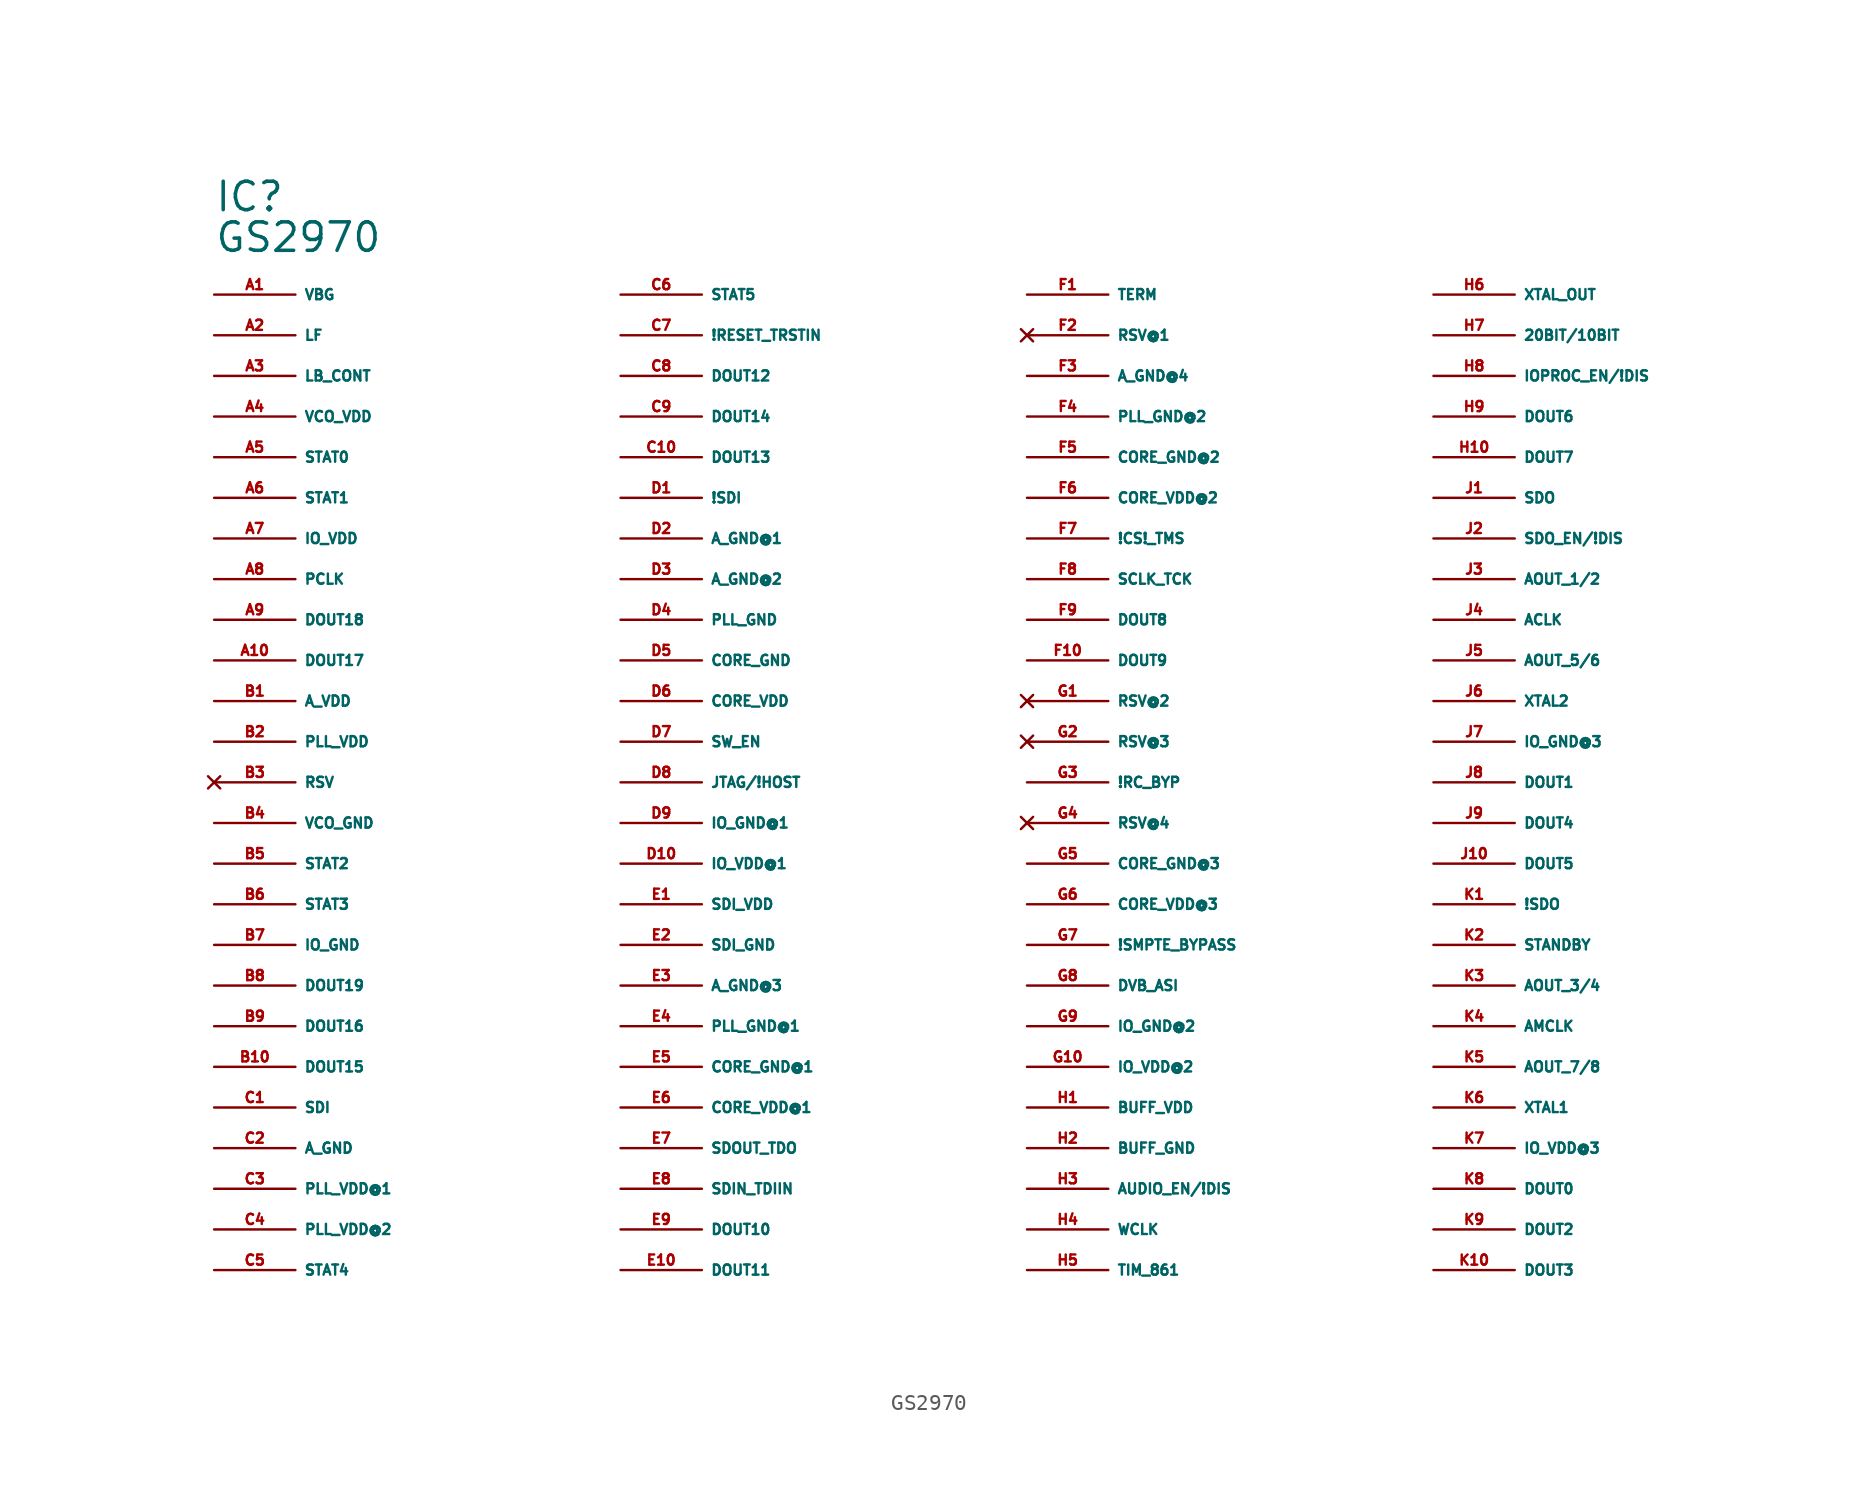
<source format=kicad_sym>
(kicad_symbol_lib
  (version 20220914)
  (generator Eagle2Kicad)
  (symbol "GS2970"
    (property "Reference" "IC"
      (at -55.88 35.56 0)
      (effects (font (size 1.778 1.778) (thickness 0.22)) (justify left bottom)))
    (property "Value" "GS2970"
      (at -55.88 33.02 0)
      (effects (font (size 1.778 1.778) (thickness 0.22)) (justify left bottom)))
    (pin input line
      (at -55.88 30.48 0)
      (length 5.08)
      (name "VBG" (effects (font (size 0.635 0.635) (thickness 0.08)) (justify left bottom)))
      (number "A1" (effects (font (size 0.635 0.635) (thickness 0.08)) (justify left bottom))))
    (pin input line
      (at -55.88 27.94 0)
      (length 5.08)
      (name "LF" (effects (font (size 0.635 0.635) (thickness 0.08)) (justify left bottom)))
      (number "A2" (effects (font (size 0.635 0.635) (thickness 0.08)) (justify left bottom))))
    (pin input line
      (at -55.88 25.4 0)
      (length 5.08)
      (name "LB_CONT" (effects (font (size 0.635 0.635) (thickness 0.08)) (justify left bottom)))
      (number "A3" (effects (font (size 0.635 0.635) (thickness 0.08)) (justify left bottom))))
    (pin unspecified line
      (at -55.88 22.86 0)
      (length 5.08)
      (name "VCO_VDD" (effects (font (size 0.635 0.635) (thickness 0.08)) (justify left bottom)))
      (number "A4" (effects (font (size 0.635 0.635) (thickness 0.08)) (justify left bottom))))
    (pin output line
      (at -55.88 20.32 0)
      (length 5.08)
      (name "STAT0" (effects (font (size 0.635 0.635) (thickness 0.08)) (justify left bottom)))
      (number "A5" (effects (font (size 0.635 0.635) (thickness 0.08)) (justify left bottom))))
    (pin output line
      (at -55.88 17.78 0)
      (length 5.08)
      (name "STAT1" (effects (font (size 0.635 0.635) (thickness 0.08)) (justify left bottom)))
      (number "A6" (effects (font (size 0.635 0.635) (thickness 0.08)) (justify left bottom))))
    (pin unspecified line
      (at -55.88 15.24 0)
      (length 5.08)
      (name "IO_VDD" (effects (font (size 0.635 0.635) (thickness 0.08)) (justify left bottom)))
      (number "A7" (effects (font (size 0.635 0.635) (thickness 0.08)) (justify left bottom))))
    (pin output line
      (at -55.88 12.7 0)
      (length 5.08)
      (name "PCLK" (effects (font (size 0.635 0.635) (thickness 0.08)) (justify left bottom)))
      (number "A8" (effects (font (size 0.635 0.635) (thickness 0.08)) (justify left bottom))))
    (pin output line
      (at -55.88 10.16 0)
      (length 5.08)
      (name "DOUT18" (effects (font (size 0.635 0.635) (thickness 0.08)) (justify left bottom)))
      (number "A9" (effects (font (size 0.635 0.635) (thickness 0.08)) (justify left bottom))))
    (pin output line
      (at -55.88 7.62 0)
      (length 5.08)
      (name "DOUT17" (effects (font (size 0.635 0.635) (thickness 0.08)) (justify left bottom)))
      (number "A10" (effects (font (size 0.635 0.635) (thickness 0.08)) (justify left bottom))))
    (pin unspecified line
      (at -55.88 5.08 0)
      (length 5.08)
      (name "A_VDD" (effects (font (size 0.635 0.635) (thickness 0.08)) (justify left bottom)))
      (number "B1" (effects (font (size 0.635 0.635) (thickness 0.08)) (justify left bottom))))
    (pin unspecified line
      (at -55.88 2.54 0)
      (length 5.08)
      (name "PLL_VDD" (effects (font (size 0.635 0.635) (thickness 0.08)) (justify left bottom)))
      (number "B2" (effects (font (size 0.635 0.635) (thickness 0.08)) (justify left bottom))))
    (pin no_connect line
      (at -55.88 0 0)
      (length 5.08)
      (name "RSV" (effects (font (size 0.635 0.635) (thickness 0.08)) (justify left bottom) hide))
      (number "B3" (effects (font (size 0.635 0.635) (thickness 0.08)) (justify left bottom) hide)))
    (pin unspecified line
      (at -55.88 -2.54 0)
      (length 5.08)
      (name "VCO_GND" (effects (font (size 0.635 0.635) (thickness 0.08)) (justify left bottom)))
      (number "B4" (effects (font (size 0.635 0.635) (thickness 0.08)) (justify left bottom))))
    (pin output line
      (at -55.88 -5.08 0)
      (length 5.08)
      (name "STAT2" (effects (font (size 0.635 0.635) (thickness 0.08)) (justify left bottom)))
      (number "B5" (effects (font (size 0.635 0.635) (thickness 0.08)) (justify left bottom))))
    (pin output line
      (at -55.88 -7.62 0)
      (length 5.08)
      (name "STAT3" (effects (font (size 0.635 0.635) (thickness 0.08)) (justify left bottom)))
      (number "B6" (effects (font (size 0.635 0.635) (thickness 0.08)) (justify left bottom))))
    (pin unspecified line
      (at -55.88 -10.16 0)
      (length 5.08)
      (name "IO_GND" (effects (font (size 0.635 0.635) (thickness 0.08)) (justify left bottom)))
      (number "B7" (effects (font (size 0.635 0.635) (thickness 0.08)) (justify left bottom))))
    (pin output line
      (at -55.88 -12.7 0)
      (length 5.08)
      (name "DOUT19" (effects (font (size 0.635 0.635) (thickness 0.08)) (justify left bottom)))
      (number "B8" (effects (font (size 0.635 0.635) (thickness 0.08)) (justify left bottom))))
    (pin output line
      (at -55.88 -15.24 0)
      (length 5.08)
      (name "DOUT16" (effects (font (size 0.635 0.635) (thickness 0.08)) (justify left bottom)))
      (number "B9" (effects (font (size 0.635 0.635) (thickness 0.08)) (justify left bottom))))
    (pin output line
      (at -55.88 -17.78 0)
      (length 5.08)
      (name "DOUT15" (effects (font (size 0.635 0.635) (thickness 0.08)) (justify left bottom)))
      (number "B10" (effects (font (size 0.635 0.635) (thickness 0.08)) (justify left bottom))))
    (pin input line
      (at -55.88 -20.32 0)
      (length 5.08)
      (name "SDI" (effects (font (size 0.635 0.635) (thickness 0.08)) (justify left bottom)))
      (number "C1" (effects (font (size 0.635 0.635) (thickness 0.08)) (justify left bottom))))
    (pin unspecified line
      (at -55.88 -22.86 0)
      (length 5.08)
      (name "A_GND" (effects (font (size 0.635 0.635) (thickness 0.08)) (justify left bottom)))
      (number "C2" (effects (font (size 0.635 0.635) (thickness 0.08)) (justify left bottom))))
    (pin unspecified line
      (at -55.88 -25.4 0)
      (length 5.08)
      (name "PLL_VDD@1" (effects (font (size 0.635 0.635) (thickness 0.08)) (justify left bottom)))
      (number "C3" (effects (font (size 0.635 0.635) (thickness 0.08)) (justify left bottom))))
    (pin unspecified line
      (at -55.88 -27.94 0)
      (length 5.08)
      (name "PLL_VDD@2" (effects (font (size 0.635 0.635) (thickness 0.08)) (justify left bottom)))
      (number "C4" (effects (font (size 0.635 0.635) (thickness 0.08)) (justify left bottom))))
    (pin output line
      (at -55.88 -30.48 0)
      (length 5.08)
      (name "STAT4" (effects (font (size 0.635 0.635) (thickness 0.08)) (justify left bottom)))
      (number "C5" (effects (font (size 0.635 0.635) (thickness 0.08)) (justify left bottom))))
    (pin output line
      (at -30.48 30.48 0)
      (length 5.08)
      (name "STAT5" (effects (font (size 0.635 0.635) (thickness 0.08)) (justify left bottom)))
      (number "C6" (effects (font (size 0.635 0.635) (thickness 0.08)) (justify left bottom))))
    (pin output line
      (at -30.48 27.94 0)
      (length 5.08)
      (name "!RESET_TRSTIN" (effects (font (size 0.635 0.635) (thickness 0.08)) (justify left bottom)))
      (number "C7" (effects (font (size 0.635 0.635) (thickness 0.08)) (justify left bottom))))
    (pin output line
      (at -30.48 25.4 0)
      (length 5.08)
      (name "DOUT12" (effects (font (size 0.635 0.635) (thickness 0.08)) (justify left bottom)))
      (number "C8" (effects (font (size 0.635 0.635) (thickness 0.08)) (justify left bottom))))
    (pin output line
      (at -30.48 22.86 0)
      (length 5.08)
      (name "DOUT14" (effects (font (size 0.635 0.635) (thickness 0.08)) (justify left bottom)))
      (number "C9" (effects (font (size 0.635 0.635) (thickness 0.08)) (justify left bottom))))
    (pin output line
      (at -30.48 20.32 0)
      (length 5.08)
      (name "DOUT13" (effects (font (size 0.635 0.635) (thickness 0.08)) (justify left bottom)))
      (number "C10" (effects (font (size 0.635 0.635) (thickness 0.08)) (justify left bottom))))
    (pin input line
      (at -30.48 17.78 0)
      (length 5.08)
      (name "!SDI" (effects (font (size 0.635 0.635) (thickness 0.08)) (justify left bottom)))
      (number "D1" (effects (font (size 0.635 0.635) (thickness 0.08)) (justify left bottom))))
    (pin unspecified line
      (at -30.48 15.24 0)
      (length 5.08)
      (name "A_GND@1" (effects (font (size 0.635 0.635) (thickness 0.08)) (justify left bottom)))
      (number "D2" (effects (font (size 0.635 0.635) (thickness 0.08)) (justify left bottom))))
    (pin unspecified line
      (at -30.48 12.7 0)
      (length 5.08)
      (name "A_GND@2" (effects (font (size 0.635 0.635) (thickness 0.08)) (justify left bottom)))
      (number "D3" (effects (font (size 0.635 0.635) (thickness 0.08)) (justify left bottom))))
    (pin unspecified line
      (at -30.48 10.16 0)
      (length 5.08)
      (name "PLL_GND" (effects (font (size 0.635 0.635) (thickness 0.08)) (justify left bottom)))
      (number "D4" (effects (font (size 0.635 0.635) (thickness 0.08)) (justify left bottom))))
    (pin unspecified line
      (at -30.48 7.62 0)
      (length 5.08)
      (name "CORE_GND" (effects (font (size 0.635 0.635) (thickness 0.08)) (justify left bottom)))
      (number "D5" (effects (font (size 0.635 0.635) (thickness 0.08)) (justify left bottom))))
    (pin unspecified line
      (at -30.48 5.08 0)
      (length 5.08)
      (name "CORE_VDD" (effects (font (size 0.635 0.635) (thickness 0.08)) (justify left bottom)))
      (number "D6" (effects (font (size 0.635 0.635) (thickness 0.08)) (justify left bottom))))
    (pin input line
      (at -30.48 2.54 0)
      (length 5.08)
      (name "SW_EN" (effects (font (size 0.635 0.635) (thickness 0.08)) (justify left bottom)))
      (number "D7" (effects (font (size 0.635 0.635) (thickness 0.08)) (justify left bottom))))
    (pin input line
      (at -30.48 0 0)
      (length 5.08)
      (name "JTAG/!HOST" (effects (font (size 0.635 0.635) (thickness 0.08)) (justify left bottom)))
      (number "D8" (effects (font (size 0.635 0.635) (thickness 0.08)) (justify left bottom))))
    (pin unspecified line
      (at -30.48 -2.54 0)
      (length 5.08)
      (name "IO_GND@1" (effects (font (size 0.635 0.635) (thickness 0.08)) (justify left bottom)))
      (number "D9" (effects (font (size 0.635 0.635) (thickness 0.08)) (justify left bottom))))
    (pin unspecified line
      (at -30.48 -5.08 0)
      (length 5.08)
      (name "IO_VDD@1" (effects (font (size 0.635 0.635) (thickness 0.08)) (justify left bottom)))
      (number "D10" (effects (font (size 0.635 0.635) (thickness 0.08)) (justify left bottom))))
    (pin unspecified line
      (at -30.48 -7.62 0)
      (length 5.08)
      (name "SDI_VDD" (effects (font (size 0.635 0.635) (thickness 0.08)) (justify left bottom)))
      (number "E1" (effects (font (size 0.635 0.635) (thickness 0.08)) (justify left bottom))))
    (pin unspecified line
      (at -30.48 -10.16 0)
      (length 5.08)
      (name "SDI_GND" (effects (font (size 0.635 0.635) (thickness 0.08)) (justify left bottom)))
      (number "E2" (effects (font (size 0.635 0.635) (thickness 0.08)) (justify left bottom))))
    (pin unspecified line
      (at -30.48 -12.7 0)
      (length 5.08)
      (name "A_GND@3" (effects (font (size 0.635 0.635) (thickness 0.08)) (justify left bottom)))
      (number "E3" (effects (font (size 0.635 0.635) (thickness 0.08)) (justify left bottom))))
    (pin unspecified line
      (at -30.48 -15.24 0)
      (length 5.08)
      (name "PLL_GND@1" (effects (font (size 0.635 0.635) (thickness 0.08)) (justify left bottom)))
      (number "E4" (effects (font (size 0.635 0.635) (thickness 0.08)) (justify left bottom))))
    (pin unspecified line
      (at -30.48 -17.78 0)
      (length 5.08)
      (name "CORE_GND@1" (effects (font (size 0.635 0.635) (thickness 0.08)) (justify left bottom)))
      (number "E5" (effects (font (size 0.635 0.635) (thickness 0.08)) (justify left bottom))))
    (pin unspecified line
      (at -30.48 -20.32 0)
      (length 5.08)
      (name "CORE_VDD@1" (effects (font (size 0.635 0.635) (thickness 0.08)) (justify left bottom)))
      (number "E6" (effects (font (size 0.635 0.635) (thickness 0.08)) (justify left bottom))))
    (pin output line
      (at -30.48 -22.86 0)
      (length 5.08)
      (name "SDOUT_TDO" (effects (font (size 0.635 0.635) (thickness 0.08)) (justify left bottom)))
      (number "E7" (effects (font (size 0.635 0.635) (thickness 0.08)) (justify left bottom))))
    (pin output line
      (at -30.48 -25.4 0)
      (length 5.08)
      (name "SDIN_TDIIN" (effects (font (size 0.635 0.635) (thickness 0.08)) (justify left bottom)))
      (number "E8" (effects (font (size 0.635 0.635) (thickness 0.08)) (justify left bottom))))
    (pin output line
      (at -30.48 -27.94 0)
      (length 5.08)
      (name "DOUT10" (effects (font (size 0.635 0.635) (thickness 0.08)) (justify left bottom)))
      (number "E9" (effects (font (size 0.635 0.635) (thickness 0.08)) (justify left bottom))))
    (pin output line
      (at -30.48 -30.48 0)
      (length 5.08)
      (name "DOUT11" (effects (font (size 0.635 0.635) (thickness 0.08)) (justify left bottom)))
      (number "E10" (effects (font (size 0.635 0.635) (thickness 0.08)) (justify left bottom))))
    (pin input line
      (at -5.08 30.48 0)
      (length 5.08)
      (name "TERM" (effects (font (size 0.635 0.635) (thickness 0.08)) (justify left bottom)))
      (number "F1" (effects (font (size 0.635 0.635) (thickness 0.08)) (justify left bottom))))
    (pin no_connect line
      (at -5.08 27.94 0)
      (length 5.08)
      (name "RSV@1" (effects (font (size 0.635 0.635) (thickness 0.08)) (justify left bottom) hide))
      (number "F2" (effects (font (size 0.635 0.635) (thickness 0.08)) (justify left bottom) hide)))
    (pin unspecified line
      (at -5.08 25.4 0)
      (length 5.08)
      (name "A_GND@4" (effects (font (size 0.635 0.635) (thickness 0.08)) (justify left bottom)))
      (number "F3" (effects (font (size 0.635 0.635) (thickness 0.08)) (justify left bottom))))
    (pin unspecified line
      (at -5.08 22.86 0)
      (length 5.08)
      (name "PLL_GND@2" (effects (font (size 0.635 0.635) (thickness 0.08)) (justify left bottom)))
      (number "F4" (effects (font (size 0.635 0.635) (thickness 0.08)) (justify left bottom))))
    (pin unspecified line
      (at -5.08 20.32 0)
      (length 5.08)
      (name "CORE_GND@2" (effects (font (size 0.635 0.635) (thickness 0.08)) (justify left bottom)))
      (number "F5" (effects (font (size 0.635 0.635) (thickness 0.08)) (justify left bottom))))
    (pin unspecified line
      (at -5.08 17.78 0)
      (length 5.08)
      (name "CORE_VDD@2" (effects (font (size 0.635 0.635) (thickness 0.08)) (justify left bottom)))
      (number "F6" (effects (font (size 0.635 0.635) (thickness 0.08)) (justify left bottom))))
    (pin input line
      (at -5.08 15.24 0)
      (length 5.08)
      (name "!CS!_TMS" (effects (font (size 0.635 0.635) (thickness 0.08)) (justify left bottom)))
      (number "F7" (effects (font (size 0.635 0.635) (thickness 0.08)) (justify left bottom))))
    (pin input line
      (at -5.08 12.7 0)
      (length 5.08)
      (name "SCLK_TCK" (effects (font (size 0.635 0.635) (thickness 0.08)) (justify left bottom)))
      (number "F8" (effects (font (size 0.635 0.635) (thickness 0.08)) (justify left bottom))))
    (pin output line
      (at -5.08 10.16 0)
      (length 5.08)
      (name "DOUT8" (effects (font (size 0.635 0.635) (thickness 0.08)) (justify left bottom)))
      (number "F9" (effects (font (size 0.635 0.635) (thickness 0.08)) (justify left bottom))))
    (pin output line
      (at -5.08 7.62 0)
      (length 5.08)
      (name "DOUT9" (effects (font (size 0.635 0.635) (thickness 0.08)) (justify left bottom)))
      (number "F10" (effects (font (size 0.635 0.635) (thickness 0.08)) (justify left bottom))))
    (pin no_connect line
      (at -5.08 5.08 0)
      (length 5.08)
      (name "RSV@2" (effects (font (size 0.635 0.635) (thickness 0.08)) (justify left bottom) hide))
      (number "G1" (effects (font (size 0.635 0.635) (thickness 0.08)) (justify left bottom) hide)))
    (pin no_connect line
      (at -5.08 2.54 0)
      (length 5.08)
      (name "RSV@3" (effects (font (size 0.635 0.635) (thickness 0.08)) (justify left bottom) hide))
      (number "G2" (effects (font (size 0.635 0.635) (thickness 0.08)) (justify left bottom) hide)))
    (pin input line
      (at -5.08 0 0)
      (length 5.08)
      (name "!RC_BYP" (effects (font (size 0.635 0.635) (thickness 0.08)) (justify left bottom)))
      (number "G3" (effects (font (size 0.635 0.635) (thickness 0.08)) (justify left bottom))))
    (pin no_connect line
      (at -5.08 -2.54 0)
      (length 5.08)
      (name "RSV@4" (effects (font (size 0.635 0.635) (thickness 0.08)) (justify left bottom) hide))
      (number "G4" (effects (font (size 0.635 0.635) (thickness 0.08)) (justify left bottom) hide)))
    (pin unspecified line
      (at -5.08 -5.08 0)
      (length 5.08)
      (name "CORE_GND@3" (effects (font (size 0.635 0.635) (thickness 0.08)) (justify left bottom)))
      (number "G5" (effects (font (size 0.635 0.635) (thickness 0.08)) (justify left bottom))))
    (pin unspecified line
      (at -5.08 -7.62 0)
      (length 5.08)
      (name "CORE_VDD@3" (effects (font (size 0.635 0.635) (thickness 0.08)) (justify left bottom)))
      (number "G6" (effects (font (size 0.635 0.635) (thickness 0.08)) (justify left bottom))))
    (pin bidirectional line
      (at -5.08 -10.16 0)
      (length 5.08)
      (name "!SMPTE_BYPASS" (effects (font (size 0.635 0.635) (thickness 0.08)) (justify left bottom)))
      (number "G7" (effects (font (size 0.635 0.635) (thickness 0.08)) (justify left bottom))))
    (pin bidirectional line
      (at -5.08 -12.7 0)
      (length 5.08)
      (name "DVB_ASI" (effects (font (size 0.635 0.635) (thickness 0.08)) (justify left bottom)))
      (number "G8" (effects (font (size 0.635 0.635) (thickness 0.08)) (justify left bottom))))
    (pin unspecified line
      (at -5.08 -15.24 0)
      (length 5.08)
      (name "IO_GND@2" (effects (font (size 0.635 0.635) (thickness 0.08)) (justify left bottom)))
      (number "G9" (effects (font (size 0.635 0.635) (thickness 0.08)) (justify left bottom))))
    (pin unspecified line
      (at -5.08 -17.78 0)
      (length 5.08)
      (name "IO_VDD@2" (effects (font (size 0.635 0.635) (thickness 0.08)) (justify left bottom)))
      (number "G10" (effects (font (size 0.635 0.635) (thickness 0.08)) (justify left bottom))))
    (pin unspecified line
      (at -5.08 -20.32 0)
      (length 5.08)
      (name "BUFF_VDD" (effects (font (size 0.635 0.635) (thickness 0.08)) (justify left bottom)))
      (number "H1" (effects (font (size 0.635 0.635) (thickness 0.08)) (justify left bottom))))
    (pin unspecified line
      (at -5.08 -22.86 0)
      (length 5.08)
      (name "BUFF_GND" (effects (font (size 0.635 0.635) (thickness 0.08)) (justify left bottom)))
      (number "H2" (effects (font (size 0.635 0.635) (thickness 0.08)) (justify left bottom))))
    (pin input line
      (at -5.08 -25.4 0)
      (length 5.08)
      (name "AUDIO_EN/!DIS" (effects (font (size 0.635 0.635) (thickness 0.08)) (justify left bottom)))
      (number "H3" (effects (font (size 0.635 0.635) (thickness 0.08)) (justify left bottom))))
    (pin output line
      (at -5.08 -27.94 0)
      (length 5.08)
      (name "WCLK" (effects (font (size 0.635 0.635) (thickness 0.08)) (justify left bottom)))
      (number "H4" (effects (font (size 0.635 0.635) (thickness 0.08)) (justify left bottom))))
    (pin input line
      (at -5.08 -30.48 0)
      (length 5.08)
      (name "TIM_861" (effects (font (size 0.635 0.635) (thickness 0.08)) (justify left bottom)))
      (number "H5" (effects (font (size 0.635 0.635) (thickness 0.08)) (justify left bottom))))
    (pin output line
      (at 20.32 30.48 0)
      (length 5.08)
      (name "XTAL_OUT" (effects (font (size 0.635 0.635) (thickness 0.08)) (justify left bottom)))
      (number "H6" (effects (font (size 0.635 0.635) (thickness 0.08)) (justify left bottom))))
    (pin input line
      (at 20.32 27.94 0)
      (length 5.08)
      (name "20BIT/10BIT" (effects (font (size 0.635 0.635) (thickness 0.08)) (justify left bottom)))
      (number "H7" (effects (font (size 0.635 0.635) (thickness 0.08)) (justify left bottom))))
    (pin input line
      (at 20.32 25.4 0)
      (length 5.08)
      (name "IOPROC_EN/!DIS" (effects (font (size 0.635 0.635) (thickness 0.08)) (justify left bottom)))
      (number "H8" (effects (font (size 0.635 0.635) (thickness 0.08)) (justify left bottom))))
    (pin output line
      (at 20.32 22.86 0)
      (length 5.08)
      (name "DOUT6" (effects (font (size 0.635 0.635) (thickness 0.08)) (justify left bottom)))
      (number "H9" (effects (font (size 0.635 0.635) (thickness 0.08)) (justify left bottom))))
    (pin output line
      (at 20.32 20.32 0)
      (length 5.08)
      (name "DOUT7" (effects (font (size 0.635 0.635) (thickness 0.08)) (justify left bottom)))
      (number "H10" (effects (font (size 0.635 0.635) (thickness 0.08)) (justify left bottom))))
    (pin output line
      (at 20.32 17.78 0)
      (length 5.08)
      (name "SDO" (effects (font (size 0.635 0.635) (thickness 0.08)) (justify left bottom)))
      (number "J1" (effects (font (size 0.635 0.635) (thickness 0.08)) (justify left bottom))))
    (pin input line
      (at 20.32 15.24 0)
      (length 5.08)
      (name "SDO_EN/!DIS" (effects (font (size 0.635 0.635) (thickness 0.08)) (justify left bottom)))
      (number "J2" (effects (font (size 0.635 0.635) (thickness 0.08)) (justify left bottom))))
    (pin output line
      (at 20.32 12.7 0)
      (length 5.08)
      (name "AOUT_1/2" (effects (font (size 0.635 0.635) (thickness 0.08)) (justify left bottom)))
      (number "J3" (effects (font (size 0.635 0.635) (thickness 0.08)) (justify left bottom))))
    (pin output line
      (at 20.32 10.16 0)
      (length 5.08)
      (name "ACLK" (effects (font (size 0.635 0.635) (thickness 0.08)) (justify left bottom)))
      (number "J4" (effects (font (size 0.635 0.635) (thickness 0.08)) (justify left bottom))))
    (pin output line
      (at 20.32 7.62 0)
      (length 5.08)
      (name "AOUT_5/6" (effects (font (size 0.635 0.635) (thickness 0.08)) (justify left bottom)))
      (number "J5" (effects (font (size 0.635 0.635) (thickness 0.08)) (justify left bottom))))
    (pin input line
      (at 20.32 5.08 0)
      (length 5.08)
      (name "XTAL2" (effects (font (size 0.635 0.635) (thickness 0.08)) (justify left bottom)))
      (number "J6" (effects (font (size 0.635 0.635) (thickness 0.08)) (justify left bottom))))
    (pin unspecified line
      (at 20.32 2.54 0)
      (length 5.08)
      (name "IO_GND@3" (effects (font (size 0.635 0.635) (thickness 0.08)) (justify left bottom)))
      (number "J7" (effects (font (size 0.635 0.635) (thickness 0.08)) (justify left bottom))))
    (pin output line
      (at 20.32 0 0)
      (length 5.08)
      (name "DOUT1" (effects (font (size 0.635 0.635) (thickness 0.08)) (justify left bottom)))
      (number "J8" (effects (font (size 0.635 0.635) (thickness 0.08)) (justify left bottom))))
    (pin output line
      (at 20.32 -2.54 0)
      (length 5.08)
      (name "DOUT4" (effects (font (size 0.635 0.635) (thickness 0.08)) (justify left bottom)))
      (number "J9" (effects (font (size 0.635 0.635) (thickness 0.08)) (justify left bottom))))
    (pin output line
      (at 20.32 -5.08 0)
      (length 5.08)
      (name "DOUT5" (effects (font (size 0.635 0.635) (thickness 0.08)) (justify left bottom)))
      (number "J10" (effects (font (size 0.635 0.635) (thickness 0.08)) (justify left bottom))))
    (pin output line
      (at 20.32 -7.62 0)
      (length 5.08)
      (name "!SDO" (effects (font (size 0.635 0.635) (thickness 0.08)) (justify left bottom)))
      (number "K1" (effects (font (size 0.635 0.635) (thickness 0.08)) (justify left bottom))))
    (pin input line
      (at 20.32 -10.16 0)
      (length 5.08)
      (name "STANDBY" (effects (font (size 0.635 0.635) (thickness 0.08)) (justify left bottom)))
      (number "K2" (effects (font (size 0.635 0.635) (thickness 0.08)) (justify left bottom))))
    (pin output line
      (at 20.32 -12.7 0)
      (length 5.08)
      (name "AOUT_3/4" (effects (font (size 0.635 0.635) (thickness 0.08)) (justify left bottom)))
      (number "K3" (effects (font (size 0.635 0.635) (thickness 0.08)) (justify left bottom))))
    (pin output line
      (at 20.32 -15.24 0)
      (length 5.08)
      (name "AMCLK" (effects (font (size 0.635 0.635) (thickness 0.08)) (justify left bottom)))
      (number "K4" (effects (font (size 0.635 0.635) (thickness 0.08)) (justify left bottom))))
    (pin output line
      (at 20.32 -17.78 0)
      (length 5.08)
      (name "AOUT_7/8" (effects (font (size 0.635 0.635) (thickness 0.08)) (justify left bottom)))
      (number "K5" (effects (font (size 0.635 0.635) (thickness 0.08)) (justify left bottom))))
    (pin input line
      (at 20.32 -20.32 0)
      (length 5.08)
      (name "XTAL1" (effects (font (size 0.635 0.635) (thickness 0.08)) (justify left bottom)))
      (number "K6" (effects (font (size 0.635 0.635) (thickness 0.08)) (justify left bottom))))
    (pin unspecified line
      (at 20.32 -22.86 0)
      (length 5.08)
      (name "IO_VDD@3" (effects (font (size 0.635 0.635) (thickness 0.08)) (justify left bottom)))
      (number "K7" (effects (font (size 0.635 0.635) (thickness 0.08)) (justify left bottom))))
    (pin output line
      (at 20.32 -25.4 0)
      (length 5.08)
      (name "DOUT0" (effects (font (size 0.635 0.635) (thickness 0.08)) (justify left bottom)))
      (number "K8" (effects (font (size 0.635 0.635) (thickness 0.08)) (justify left bottom))))
    (pin output line
      (at 20.32 -27.94 0)
      (length 5.08)
      (name "DOUT2" (effects (font (size 0.635 0.635) (thickness 0.08)) (justify left bottom)))
      (number "K9" (effects (font (size 0.635 0.635) (thickness 0.08)) (justify left bottom))))
    (pin output line
      (at 20.32 -30.48 0)
      (length 5.08)
      (name "DOUT3" (effects (font (size 0.635 0.635) (thickness 0.08)) (justify left bottom)))
      (number "K10" (effects (font (size 0.635 0.635) (thickness 0.08)) (justify left bottom))))))
</source>
